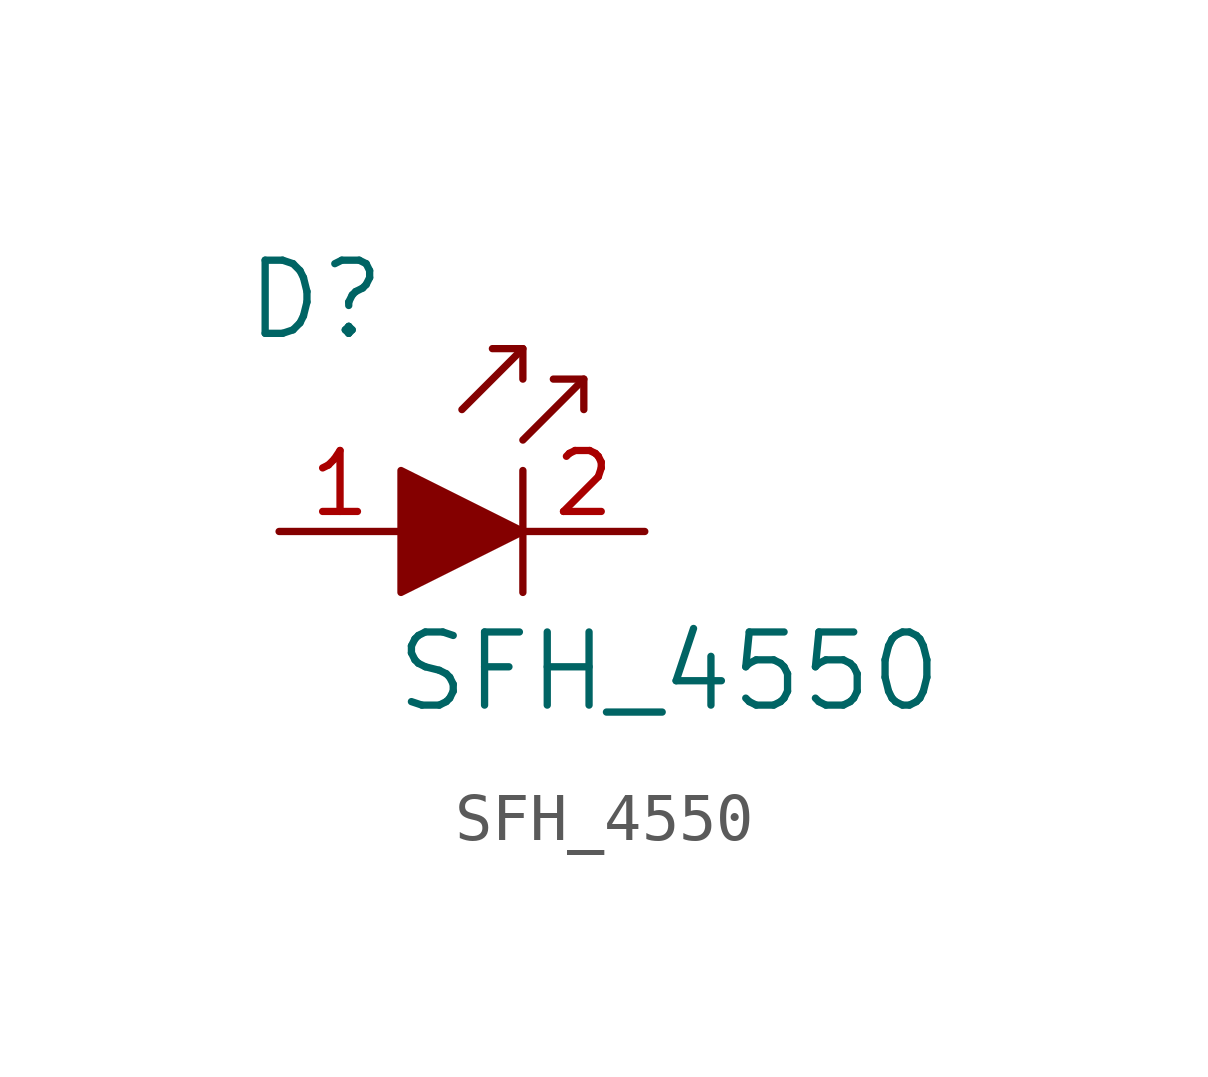
<source format=kicad_sym>
(kicad_symbol_lib
  (version 20211014)
  (generator kicad_symbol_editor)
  (symbol "SFH_4550"
    (pin_names
      (offset 0))
    (property "Reference" "D"
      (at -1.778 4.826 0)
      (effects (font (size 1.524 1.524))))
    (property "Value" "SFH_4550"
      (at 5.588 -2.921 0)
      (effects (font (size 1.524 1.524))))
    (symbol "SFH_4550_0_1"
      (polyline (pts (xy 2.54 1.27) (xy 2.54 -1.27)) (stroke (width 0) (type default) (color 0 0 0 0)) (fill (type none)))
      (polyline (pts (xy 2.54 3.81) (xy 1.27 2.54)) (stroke (width 0) (type default) (color 0 0 0 0)) (fill (type none)))
      (polyline (pts (xy 3.81 3.175) (xy 2.54 1.905)) (stroke (width 0) (type default) (color 0 0 0 0)) (fill (type none)))
      (polyline (pts (xy 1.905 3.81) (xy 2.54 3.81) (xy 2.54 3.175)) (stroke (width 0) (type default) (color 0 0 0 0)) (fill (type none)))
      (polyline (pts (xy 3.175 3.175) (xy 3.81 3.175) (xy 3.81 2.54)) (stroke (width 0) (type default) (color 0 0 0 0)) (fill (type none)))
      (polyline (pts (xy 0 1.27) (xy 0 -1.27) (xy 2.54 0) (xy 0 1.27)) (stroke (width 0) (type default) (color 0 0 0 0)) (fill (type outline))))
    (symbol "SFH_4550_1_1"
      (pin passive line (at -2.54 0 0) (length 2.54) (name "~" (effects (font (size 1.27 1.27)))) (number "1" (effects (font (size 1.27 1.27)))))
      (pin passive line (at 5.08 0 180) (length 2.54) (name "~" (effects (font (size 1.27 1.27)))) (number "2" (effects (font (size 1.27 1.27))))))))
</source>
